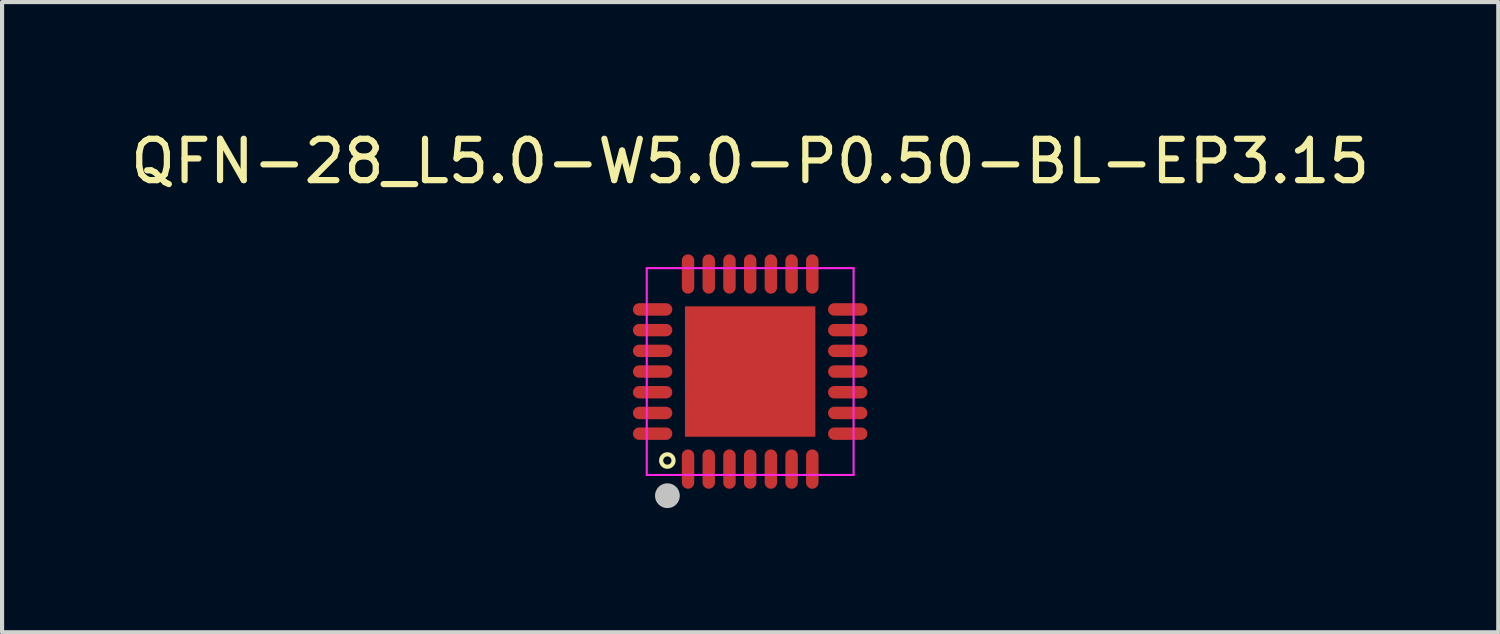
<source format=kicad_pcb>
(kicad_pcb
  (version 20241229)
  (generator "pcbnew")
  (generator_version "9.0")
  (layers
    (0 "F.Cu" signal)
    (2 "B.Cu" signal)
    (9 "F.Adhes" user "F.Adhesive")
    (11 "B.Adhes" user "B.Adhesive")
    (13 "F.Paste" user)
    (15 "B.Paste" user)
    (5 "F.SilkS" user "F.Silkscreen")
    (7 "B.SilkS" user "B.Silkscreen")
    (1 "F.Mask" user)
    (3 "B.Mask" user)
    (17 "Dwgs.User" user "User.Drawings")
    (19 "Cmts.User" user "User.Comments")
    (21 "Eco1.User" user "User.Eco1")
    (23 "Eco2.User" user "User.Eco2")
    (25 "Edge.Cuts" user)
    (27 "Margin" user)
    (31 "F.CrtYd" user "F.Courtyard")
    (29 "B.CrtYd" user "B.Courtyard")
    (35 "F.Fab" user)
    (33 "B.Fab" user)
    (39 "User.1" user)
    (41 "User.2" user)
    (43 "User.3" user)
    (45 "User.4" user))
  (footprint "QFN-28_L5.0-W5.0-P0.50-BL-EP3.15"
    (layer "F.Cu")
    (at 15.077 5.928)
    (property "Reference" "QFN-28_L5.0-W5.0-P0.50-BL-EP3.15" (at 0 -5.08 0) (layer "F.SilkS") (effects (font (size 1 1) (thickness 0.15))))
    (attr through_hole)
    (fp_arc (start -2 2) (mid -2.001152 2.300005) (end -2.00254 2.000001) (stroke (width 0.1) (type solid)) (layer "F.SilkS"))
    (fp_circle (center -2 3) (end -1.85 3) (stroke (width 0.3) (type solid)) (fill no) (layer "Dwgs.User"))
    (fp_poly (pts (xy -2.499 -1.387) (xy -2.499 -1.615) (xy -1.951 -1.615) (xy -1.951 -1.387)) (stroke (width 0.005) (type solid)) (fill no) (layer "Eco2.User"))
    (fp_poly (pts (xy -2.499 -0.886) (xy -2.499 -1.115) (xy -1.951 -1.115) (xy -1.951 -0.886)) (stroke (width 0.005) (type solid)) (fill no) (layer "Eco2.User"))
    (fp_poly (pts (xy -2.499 -0.386) (xy -2.499 -0.615) (xy -1.951 -0.615) (xy -1.951 -0.386)) (stroke (width 0.005) (type solid)) (fill no) (layer "Eco2.User"))
    (fp_poly (pts (xy -2.499 0.114) (xy -2.499 -0.114) (xy -1.951 -0.114) (xy -1.951 0.114)) (stroke (width 0.005) (type solid)) (fill no) (layer "Eco2.User"))
    (fp_poly (pts (xy -2.499 0.615) (xy -2.499 0.386) (xy -1.951 0.386) (xy -1.951 0.615)) (stroke (width 0.005) (type solid)) (fill no) (layer "Eco2.User"))
    (fp_poly (pts (xy -2.499 1.115) (xy -2.499 0.886) (xy -1.951 0.886) (xy -1.951 1.115)) (stroke (width 0.005) (type solid)) (fill no) (layer "Eco2.User"))
    (fp_poly (pts (xy -2.499 1.615) (xy -2.499 1.387) (xy -1.951 1.387) (xy -1.951 1.615)) (stroke (width 0.005) (type solid)) (fill no) (layer "Eco2.User"))
    (fp_poly (pts (xy -1.615 -1.951) (xy -1.615 -2.499) (xy -1.387 -2.499) (xy -1.387 -1.951)) (stroke (width 0.005) (type solid)) (fill no) (layer "Eco2.User"))
    (fp_poly (pts (xy -1.615 2.499) (xy -1.615 1.951) (xy -1.387 1.951) (xy -1.387 2.499)) (stroke (width 0.005) (type solid)) (fill no) (layer "Eco2.User"))
    (fp_poly (pts (xy -1.575 1.575) (xy -1.575 -1.575) (xy 1.575 -1.575) (xy 1.575 1.575)) (stroke (width 0.005) (type solid)) (fill no) (layer "Eco2.User"))
    (fp_poly (pts (xy -1.115 -1.951) (xy -1.115 -2.499) (xy -0.886 -2.499) (xy -0.886 -1.951)) (stroke (width 0.005) (type solid)) (fill no) (layer "Eco2.User"))
    (fp_poly (pts (xy -1.115 2.499) (xy -1.115 1.951) (xy -0.886 1.951) (xy -0.886 2.499)) (stroke (width 0.005) (type solid)) (fill no) (layer "Eco2.User"))
    (fp_poly (pts (xy -0.615 -1.951) (xy -0.615 -2.499) (xy -0.386 -2.499) (xy -0.386 -1.951)) (stroke (width 0.005) (type solid)) (fill no) (layer "Eco2.User"))
    (fp_poly (pts (xy -0.615 2.499) (xy -0.615 1.951) (xy -0.386 1.951) (xy -0.386 2.499)) (stroke (width 0.005) (type solid)) (fill no) (layer "Eco2.User"))
    (fp_poly (pts (xy -0.114 -1.951) (xy -0.114 -2.499) (xy 0.114 -2.499) (xy 0.114 -1.951)) (stroke (width 0.005) (type solid)) (fill no) (layer "Eco2.User"))
    (fp_poly (pts (xy -0.114 2.499) (xy -0.114 1.951) (xy 0.114 1.951) (xy 0.114 2.499)) (stroke (width 0.005) (type solid)) (fill no) (layer "Eco2.User"))
    (fp_poly (pts (xy -0.114 2.499) (xy -0.114 1.951) (xy 0.114 1.951) (xy 0.114 2.499)) (stroke (width 0.005) (type solid)) (fill no) (layer "Eco2.User"))
    (fp_poly (pts (xy 0.386 -1.951) (xy 0.386 -2.499) (xy 0.615 -2.499) (xy 0.615 -1.951)) (stroke (width 0.005) (type solid)) (fill no) (layer "Eco2.User"))
    (fp_poly (pts (xy 0.386 2.499) (xy 0.386 1.951) (xy 0.615 1.951) (xy 0.615 2.499)) (stroke (width 0.005) (type solid)) (fill no) (layer "Eco2.User"))
    (fp_poly (pts (xy 0.886 -1.951) (xy 0.886 -2.499) (xy 1.115 -2.499) (xy 1.115 -1.951)) (stroke (width 0.005) (type solid)) (fill no) (layer "Eco2.User"))
    (fp_poly (pts (xy 0.886 2.499) (xy 0.886 1.951) (xy 1.115 1.951) (xy 1.115 2.499)) (stroke (width 0.005) (type solid)) (fill no) (layer "Eco2.User"))
    (fp_poly (pts (xy 1.387 -1.951) (xy 1.387 -2.499) (xy 1.615 -2.499) (xy 1.615 -1.951)) (stroke (width 0.005) (type solid)) (fill no) (layer "Eco2.User"))
    (fp_poly (pts (xy 1.387 2.499) (xy 1.387 1.951) (xy 1.615 1.951) (xy 1.615 2.499)) (stroke (width 0.005) (type solid)) (fill no) (layer "Eco2.User"))
    (fp_poly (pts (xy 1.951 -1.387) (xy 1.951 -1.615) (xy 2.499 -1.615) (xy 2.499 -1.387)) (stroke (width 0.005) (type solid)) (fill no) (layer "Eco2.User"))
    (fp_poly (pts (xy 1.951 -0.886) (xy 1.951 -1.115) (xy 2.499 -1.115) (xy 2.499 -0.886)) (stroke (width 0.005) (type solid)) (fill no) (layer "Eco2.User"))
    (fp_poly (pts (xy 1.951 -0.386) (xy 1.951 -0.615) (xy 2.499 -0.615) (xy 2.499 -0.386)) (stroke (width 0.005) (type solid)) (fill no) (layer "Eco2.User"))
    (fp_poly (pts (xy 1.951 0.114) (xy 1.951 -0.114) (xy 2.499 -0.114) (xy 2.499 0.114)) (stroke (width 0.005) (type solid)) (fill no) (layer "Eco2.User"))
    (fp_poly (pts (xy 1.951 0.615) (xy 1.951 0.386) (xy 2.499 0.386) (xy 2.499 0.615)) (stroke (width 0.005) (type solid)) (fill no) (layer "Eco2.User"))
    (fp_poly (pts (xy 1.951 1.115) (xy 1.951 0.886) (xy 2.499 0.886) (xy 2.499 1.115)) (stroke (width 0.005) (type solid)) (fill no) (layer "Eco2.User"))
    (fp_poly (pts (xy 1.951 1.615) (xy 1.951 1.387) (xy 2.499 1.387) (xy 2.499 1.615)) (stroke (width 0.005) (type solid)) (fill no) (layer "Eco2.User"))
    (fp_poly (pts (xy -2.438 2.499) (xy -2.44 2.487) (xy -2.443 2.476) (xy -2.449 2.466) (xy -2.456 2.456) (xy -2.466 2.449) (xy -2.476 2.443) (xy -2.487 2.44) (xy -2.499 2.438) (xy -2.511 2.44) (xy -2.523 2.443) (xy -2.533 2.449) (xy -2.542 2.456) (xy -2.55 2.466) (xy -2.556 2.476) (xy -2.559 2.487) (xy -2.56 2.499) (xy -2.559 2.511) (xy -2.556 2.523) (xy -2.55 2.533) (xy -2.542 2.542) (xy -2.533 2.55) (xy -2.523 2.556) (xy -2.511 2.559) (xy -2.499 2.56) (xy -2.487 2.559) (xy -2.476 2.556) (xy -2.466 2.55) (xy -2.456 2.542) (xy -2.449 2.533) (xy -2.443 2.523) (xy -2.44 2.511)) (stroke (width 0.005) (type solid)) (fill no) (layer "Eco2.User"))
    (fp_line (start -2.499 -2.499) (end 2.499 -2.499) (stroke (width 0.051) (type solid)) (layer "F.CrtYd"))
    (fp_line (start -2.499 2.499) (end -2.499 -2.499) (stroke (width 0.051) (type solid)) (layer "F.CrtYd"))
    (fp_line (start 2.499 -2.499) (end 2.499 2.499) (stroke (width 0.051) (type solid)) (layer "F.CrtYd"))
    (fp_line (start 2.499 2.499) (end -2.499 2.499) (stroke (width 0.051) (type solid)) (layer "F.CrtYd"))
    (pad "1" smd oval (at -1.501 2.357) (size 0.3 0.95) (layers "F.Cu" "F.Mask" "F.Paste"))
    (pad "2" smd oval (at -1.001 2.357) (size 0.3 0.95) (layers "F.Cu" "F.Mask" "F.Paste"))
    (pad "3" smd oval (at -0.5 2.357) (size 0.3 0.95) (layers "F.Cu" "F.Mask" "F.Paste"))
    (pad "4" smd oval (at 0 2.357) (size 0.3 0.95) (layers "F.Cu" "F.Mask" "F.Paste"))
    (pad "5" smd oval (at 0.5 2.357) (size 0.3 0.95) (layers "F.Cu" "F.Mask" "F.Paste"))
    (pad "6" smd oval (at 1.001 2.357) (size 0.3 0.95) (layers "F.Cu" "F.Mask" "F.Paste"))
    (pad "7" smd oval (at 1.501 2.357) (size 0.3 0.95) (layers "F.Cu" "F.Mask" "F.Paste"))
    (pad "8" smd oval (at 2.357 1.501) (size 0.95 0.3) (layers "F.Cu" "F.Mask" "F.Paste"))
    (pad "9" smd oval (at 2.357 1.001) (size 0.95 0.3) (layers "F.Cu" "F.Mask" "F.Paste"))
    (pad "10" smd oval (at 2.357 0.5) (size 0.95 0.3) (layers "F.Cu" "F.Mask" "F.Paste"))
    (pad "11" smd oval (at 2.357 0) (size 0.95 0.3) (layers "F.Cu" "F.Mask" "F.Paste"))
    (pad "12" smd oval (at 2.357 -0.5) (size 0.95 0.3) (layers "F.Cu" "F.Mask" "F.Paste"))
    (pad "13" smd oval (at 2.357 -1.001) (size 0.95 0.3) (layers "F.Cu" "F.Mask" "F.Paste"))
    (pad "14" smd oval (at 2.357 -1.501) (size 0.95 0.3) (layers "F.Cu" "F.Mask" "F.Paste"))
    (pad "15" smd oval (at 1.501 -2.357) (size 0.3 0.95) (layers "F.Cu" "F.Mask" "F.Paste"))
    (pad "16" smd oval (at 1.001 -2.357) (size 0.3 0.95) (layers "F.Cu" "F.Mask" "F.Paste"))
    (pad "17" smd oval (at 0.5 -2.357) (size 0.3 0.95) (layers "F.Cu" "F.Mask" "F.Paste"))
    (pad "18" smd oval (at 0 -2.357) (size 0.3 0.95) (layers "F.Cu" "F.Mask" "F.Paste"))
    (pad "19" smd oval (at -0.5 -2.357) (size 0.3 0.95) (layers "F.Cu" "F.Mask" "F.Paste"))
    (pad "20" smd oval (at -1.001 -2.357) (size 0.3 0.95) (layers "F.Cu" "F.Mask" "F.Paste"))
    (pad "21" smd oval (at -1.501 -2.357) (size 0.3 0.95) (layers "F.Cu" "F.Mask" "F.Paste"))
    (pad "22" smd oval (at -2.357 -1.501) (size 0.95 0.3) (layers "F.Cu" "F.Mask" "F.Paste"))
    (pad "23" smd oval (at -2.357 -1.001) (size 0.95 0.3) (layers "F.Cu" "F.Mask" "F.Paste"))
    (pad "24" smd oval (at -2.357 -0.5) (size 0.95 0.3) (layers "F.Cu" "F.Mask" "F.Paste"))
    (pad "25" smd oval (at -2.357 0) (size 0.95 0.3) (layers "F.Cu" "F.Mask" "F.Paste"))
    (pad "26" smd oval (at -2.357 0.5) (size 0.95 0.3) (layers "F.Cu" "F.Mask" "F.Paste"))
    (pad "27" smd oval (at -2.357 1.001) (size 0.95 0.3) (layers "F.Cu" "F.Mask" "F.Paste"))
    (pad "28" smd oval (at -2.357 1.501) (size 0.95 0.3) (layers "F.Cu" "F.Mask" "F.Paste"))
    (pad "29" smd rect (at 0 0) (size 3.15 3.15) (layers "F.Cu" "F.Mask" "F.Paste")))
  (gr_rect
    (start -3 -3)
    (end 33.154 12.228)
    (stroke (width 0.1) (type default))
    (fill no)
    (layer "Edge.Cuts")))
</source>
